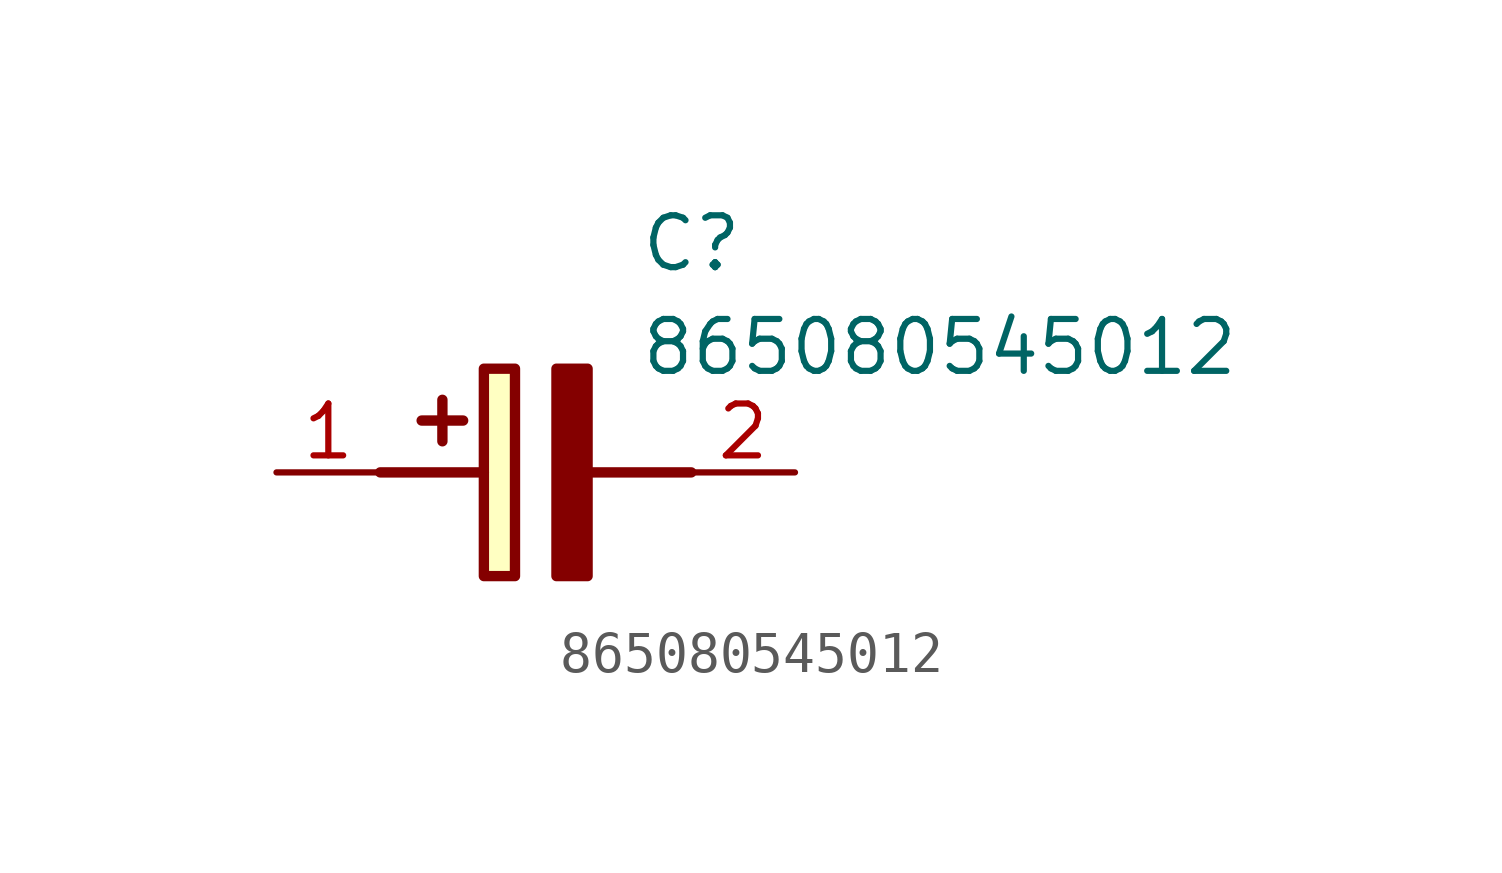
<source format=kicad_sym>
(kicad_symbol_lib
  (version 20211014)
  (generator SamacSys_ECAD_Model)
  (symbol "865080545012"
    (pin_names hide)
    (property "Reference" "C"
      (at 8.89 6.35 0)
      (effects (font (size 1.27 1.27)) (justify left top)))
    (property "Value" "865080545012"
      (at 8.89 3.81 0)
      (effects (font (size 1.27 1.27)) (justify left top)))
    (rectangle
      (start 5.08 2.54)
      (end 5.842 -2.54)
      (stroke (width 0.254) (type default))
      (fill (type background)))
    (polyline
      (pts (xy 4.572 1.27) (xy 3.556 1.27))
      (stroke (width 0.254) (type default))
      (fill (type none)))
    (polyline
      (pts (xy 4.064 1.778) (xy 4.064 0.762))
      (stroke (width 0.254) (type default))
      (fill (type none)))
    (polyline
      (pts (xy 2.54 0) (xy 5.08 0))
      (stroke (width 0.254) (type default))
      (fill (type none)))
    (polyline
      (pts (xy 7.62 0) (xy 10.16 0))
      (stroke (width 0.254) (type default))
      (fill (type none)))
    (polyline
      (pts (xy 7.62 2.54) (xy 7.62 -2.54) (xy 6.858 -2.54) (xy 6.858 2.54) (xy 7.62 2.54))
      (stroke (width 0.254) (type default))
      (fill (type outline)))
    (pin passive line
      (at 0 0 0)
      (length 2.54)
      (name "+" (effects (font (size 1.27 1.27))))
      (number "1" (effects (font (size 1.27 1.27)))))
    (pin passive line
      (at 12.7 0 180)
      (length 2.54)
      (name "-" (effects (font (size 1.27 1.27))))
      (number "2" (effects (font (size 1.27 1.27)))))))
</source>
